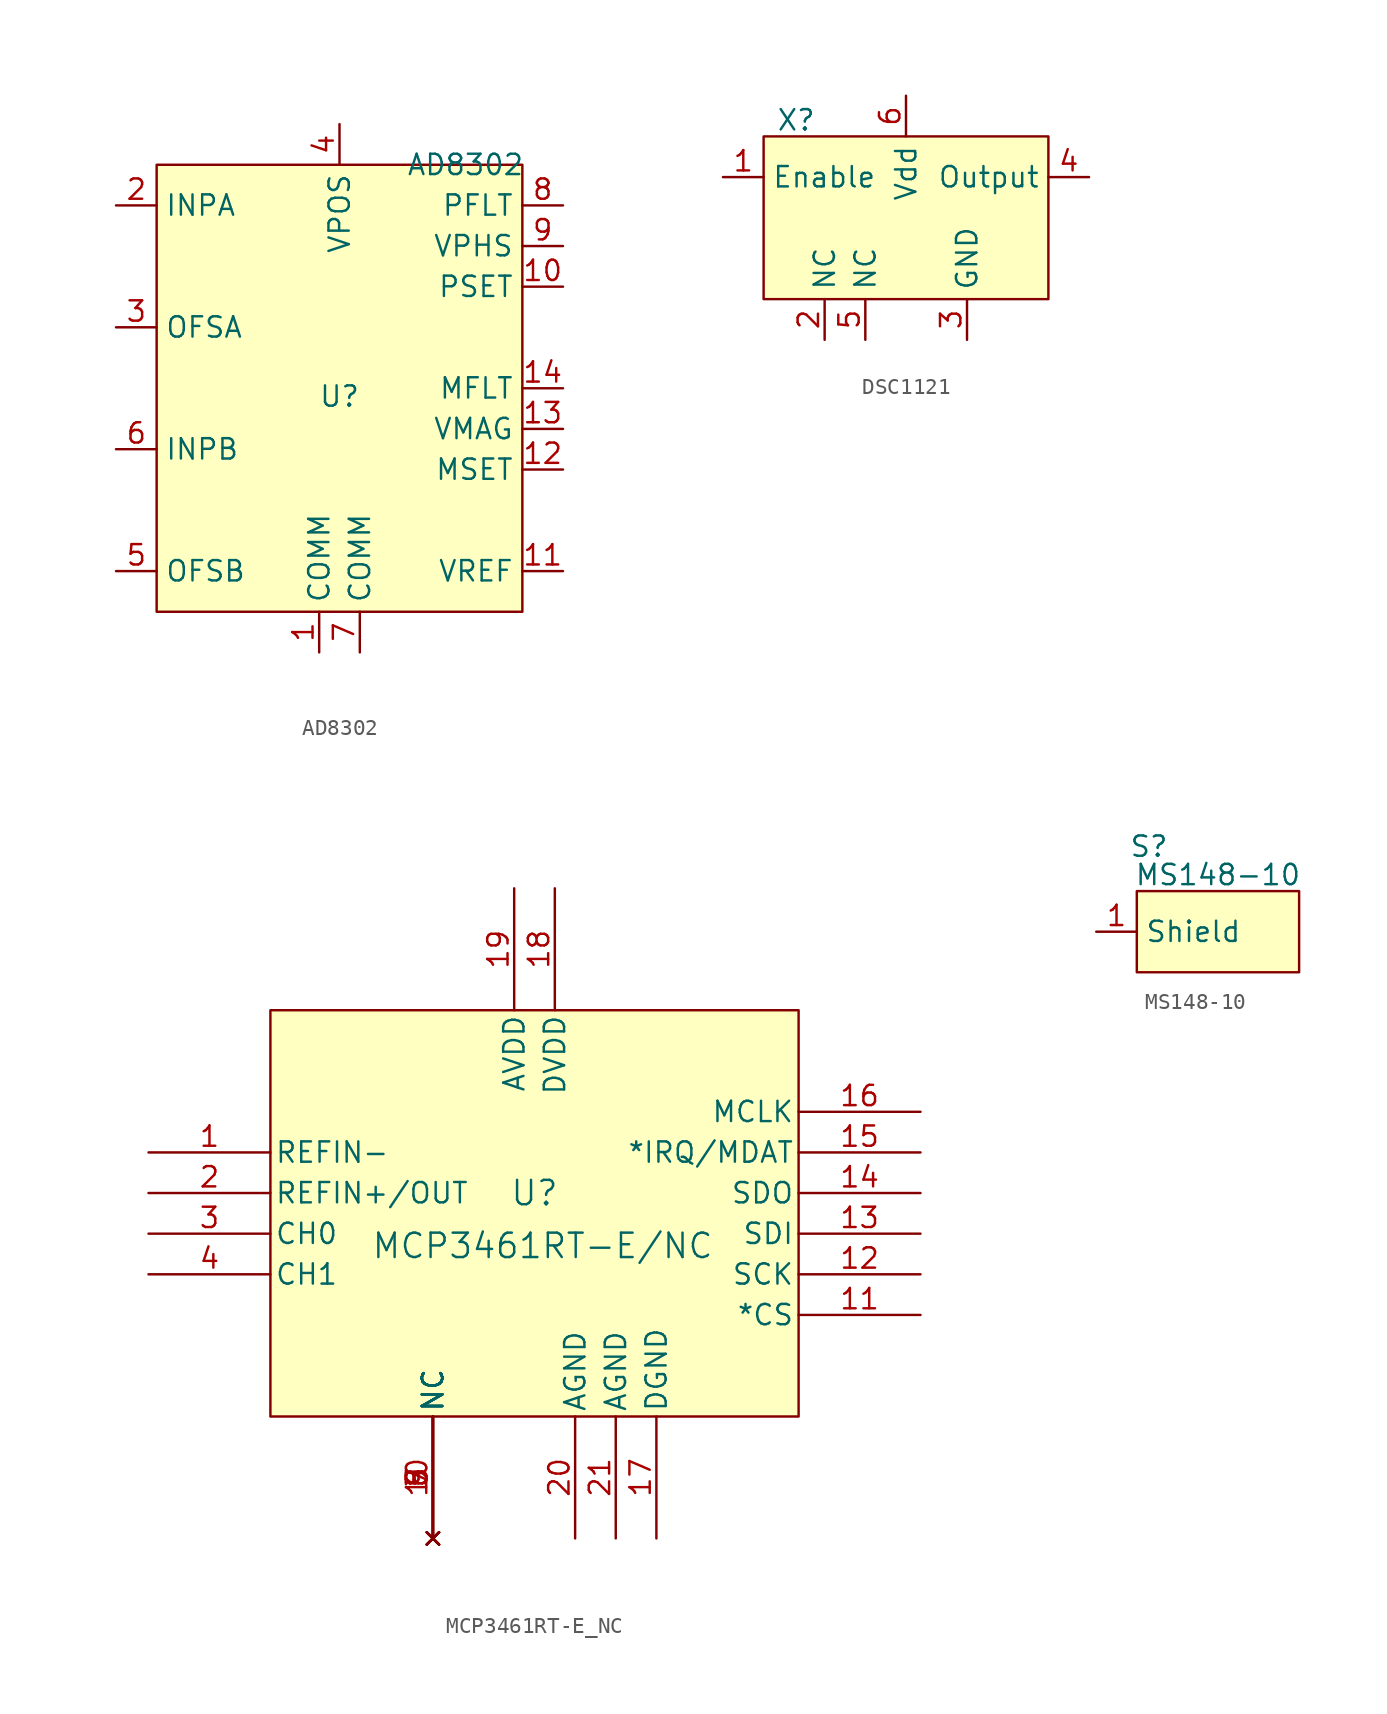
<source format=kicad_sym>
(kicad_symbol_lib
  (version 20231120)
  (generator "kicad_symbol_editor")
  (generator_version "8.0")
  (symbol "AD8302"
    (property "Reference" "U"
      (at 0 -0.508 0)
      (effects (font (size 1.27 1.27))))
    (property "Value" "AD8302"
      (at 7.874 13.97 0)
      (effects (font (size 1.27 1.27))))
    (property "ki_locked" ""
      (at 0 0 0)
      (effects (font (size 1.27 1.27))))
    (symbol "AD8302_1_1"
      (rectangle (start -11.43 13.97) (end 11.43 -13.97) (stroke (width 0) (type default)) (fill (type background)))
      (pin input line (at -1.27 -16.51 90) (length 2.54) (name "COMM" (effects (font (size 1.27 1.27)))) (number "1" (effects (font (size 1.27 1.27)))))
      (pin input line (at 13.97 6.35 180) (length 2.54) (name "PSET" (effects (font (size 1.27 1.27)))) (number "10" (effects (font (size 1.27 1.27)))))
      (pin input line (at 13.97 -11.43 180) (length 2.54) (name "VREF" (effects (font (size 1.27 1.27)))) (number "11" (effects (font (size 1.27 1.27)))))
      (pin input line (at 13.97 -5.08 180) (length 2.54) (name "MSET" (effects (font (size 1.27 1.27)))) (number "12" (effects (font (size 1.27 1.27)))))
      (pin input line (at 13.97 -2.54 180) (length 2.54) (name "VMAG" (effects (font (size 1.27 1.27)))) (number "13" (effects (font (size 1.27 1.27)))))
      (pin input line (at 13.97 0 180) (length 2.54) (name "MFLT" (effects (font (size 1.27 1.27)))) (number "14" (effects (font (size 1.27 1.27)))))
      (pin input line (at -13.97 11.43 0) (length 2.54) (name "INPA" (effects (font (size 1.27 1.27)))) (number "2" (effects (font (size 1.27 1.27)))))
      (pin input line (at -13.97 3.81 0) (length 2.54) (name "OFSA" (effects (font (size 1.27 1.27)))) (number "3" (effects (font (size 1.27 1.27)))))
      (pin input line (at 0 16.51 270) (length 2.54) (name "VPOS" (effects (font (size 1.27 1.27)))) (number "4" (effects (font (size 1.27 1.27)))))
      (pin input line (at -13.97 -11.43 0) (length 2.54) (name "OFSB" (effects (font (size 1.27 1.27)))) (number "5" (effects (font (size 1.27 1.27)))))
      (pin input line (at -13.97 -3.81 0) (length 2.54) (name "INPB" (effects (font (size 1.27 1.27)))) (number "6" (effects (font (size 1.27 1.27)))))
      (pin input line (at 1.27 -16.51 90) (length 2.54) (name "COMM" (effects (font (size 1.27 1.27)))) (number "7" (effects (font (size 1.27 1.27)))))
      (pin input line (at 13.97 11.43 180) (length 2.54) (name "PFLT" (effects (font (size 1.27 1.27)))) (number "8" (effects (font (size 1.27 1.27)))))
      (pin input line (at 13.97 8.89 180) (length 2.54) (name "VPHS" (effects (font (size 1.27 1.27)))) (number "9" (effects (font (size 1.27 1.27)))))))
  (symbol "DSC1121"
    (property "Reference" "X"
      (at -6.858 6.096 0)
      (effects (font (size 1.27 1.27))))
    (property "Value" ""
      (at 0 0 0)
      (effects (font (size 1.27 1.27))))
    (symbol "DSC1121_1_1"
      (rectangle (start -8.89 5.08) (end 8.89 -5.08) (stroke (width 0) (type default)) (fill (type background)))
      (pin input line (at -11.43 2.54 0) (length 2.54) (name "Enable" (effects (font (size 1.27 1.27)))) (number "1" (effects (font (size 1.27 1.27)))))
      (pin input line (at -5.08 -7.62 90) (length 2.54) (name "NC" (effects (font (size 1.27 1.27)))) (number "2" (effects (font (size 1.27 1.27)))))
      (pin input line (at 3.81 -7.62 90) (length 2.54) (name "GND" (effects (font (size 1.27 1.27)))) (number "3" (effects (font (size 1.27 1.27)))))
      (pin input line (at 11.43 2.54 180) (length 2.54) (name "Output" (effects (font (size 1.27 1.27)))) (number "4" (effects (font (size 1.27 1.27)))))
      (pin input line (at -2.54 -7.62 90) (length 2.54) (name "NC" (effects (font (size 1.27 1.27)))) (number "5" (effects (font (size 1.27 1.27)))))
      (pin input line (at 0 7.62 270) (length 2.54) (name "Vdd" (effects (font (size 1.27 1.27)))) (number "6" (effects (font (size 1.27 1.27)))))))
  (symbol "MCP3461RT-E_NC"
    (pin_names
      (offset 0.254))
    (property "Reference" "U"
      (at 0 1.27 0)
      (effects (font (size 1.524 1.524))))
    (property "Value" "MCP3461RT-E/NC"
      (at 0.508 -2.032 0)
      (effects (font (size 1.524 1.524))))
    (property "ki_locked" ""
      (at 0 0 0)
      (effects (font (size 1.27 1.27))))
    (symbol "MCP3461RT-E_NC_0_1"
      (pin input line (at -24.13 3.81 0) (length 7.62) (name "REFIN-" (effects (font (size 1.27 1.27)))) (number "1" (effects (font (size 1.27 1.27)))))
      (pin no_connect line (at -6.35 -20.32 90) (length 7.62) (name "NC" (effects (font (size 1.27 1.27)))) (number "10" (effects (font (size 1.27 1.27)))))
      (pin input line (at 24.13 -6.35 180) (length 7.62) (name "*CS" (effects (font (size 1.27 1.27)))) (number "11" (effects (font (size 1.27 1.27)))))
      (pin input line (at 24.13 -3.81 180) (length 7.62) (name "SCK" (effects (font (size 1.27 1.27)))) (number "12" (effects (font (size 1.27 1.27)))))
      (pin input line (at 24.13 -1.27 180) (length 7.62) (name "SDI" (effects (font (size 1.27 1.27)))) (number "13" (effects (font (size 1.27 1.27)))))
      (pin output line (at 24.13 1.27 180) (length 7.62) (name "SDO" (effects (font (size 1.27 1.27)))) (number "14" (effects (font (size 1.27 1.27)))))
      (pin output line (at 24.13 3.81 180) (length 7.62) (name "*IRQ/MDAT" (effects (font (size 1.27 1.27)))) (number "15" (effects (font (size 1.27 1.27)))))
      (pin bidirectional line (at 24.13 6.35 180) (length 7.62) (name "MCLK" (effects (font (size 1.27 1.27)))) (number "16" (effects (font (size 1.27 1.27)))))
      (pin power_out line (at 7.62 -20.32 90) (length 7.62) (name "DGND" (effects (font (size 1.27 1.27)))) (number "17" (effects (font (size 1.27 1.27)))))
      (pin power_in line (at 1.27 20.32 270) (length 7.62) (name "DVDD" (effects (font (size 1.27 1.27)))) (number "18" (effects (font (size 1.27 1.27)))))
      (pin power_in line (at -1.27 20.32 270) (length 7.62) (name "AVDD" (effects (font (size 1.27 1.27)))) (number "19" (effects (font (size 1.27 1.27)))))
      (pin bidirectional line (at -24.13 1.27 0) (length 7.62) (name "REFIN+/OUT" (effects (font (size 1.27 1.27)))) (number "2" (effects (font (size 1.27 1.27)))))
      (pin power_out line (at 2.54 -20.32 90) (length 7.62) (name "AGND" (effects (font (size 1.27 1.27)))) (number "20" (effects (font (size 1.27 1.27)))))
      (pin power_out line (at 5.08 -20.32 90) (length 7.62) (name "AGND" (effects (font (size 1.27 1.27)))) (number "21" (effects (font (size 1.27 1.27)))))
      (pin input line (at -24.13 -1.27 0) (length 7.62) (name "CH0" (effects (font (size 1.27 1.27)))) (number "3" (effects (font (size 1.27 1.27)))))
      (pin input line (at -24.13 -3.81 0) (length 7.62) (name "CH1" (effects (font (size 1.27 1.27)))) (number "4" (effects (font (size 1.27 1.27)))))
      (pin no_connect line (at -6.35 -20.32 90) (length 7.62) (name "NC" (effects (font (size 1.27 1.27)))) (number "5" (effects (font (size 1.27 1.27)))))
      (pin no_connect line (at -6.35 -20.32 90) (length 7.62) (name "NC" (effects (font (size 1.27 1.27)))) (number "6" (effects (font (size 1.27 1.27)))))
      (pin no_connect line (at -6.35 -20.32 90) (length 7.62) (name "NC" (effects (font (size 1.27 1.27)))) (number "7" (effects (font (size 1.27 1.27)))))
      (pin no_connect line (at -6.35 -20.32 90) (length 7.62) (name "NC" (effects (font (size 1.27 1.27)))) (number "8" (effects (font (size 1.27 1.27)))))
      (pin no_connect line (at -6.35 -20.32 90) (length 7.62) (name "NC" (effects (font (size 1.27 1.27)))) (number "9" (effects (font (size 1.27 1.27))))))
    (symbol "MCP3461RT-E_NC_1_1"
      (rectangle (start -16.51 12.7) (end 16.51 -12.7) (stroke (width 0) (type default)) (fill (type background)))))
  (symbol "MS148-10"
    (property "Reference" "S"
      (at -4.318 5.334 0)
      (effects (font (size 1.27 1.27))))
    (property "Value" "MS148-10"
      (at 0 3.556 0)
      (effects (font (size 1.27 1.27))))
    (symbol "MS148-10_1_1"
      (rectangle (start -5.08 2.54) (end 5.08 -2.54) (stroke (width 0) (type default)) (fill (type background)))
      (pin input line (at -7.62 0 0) (length 2.54) (name "Shield" (effects (font (size 1.27 1.27)))) (number "1" (effects (font (size 1.27 1.27))))))))
</source>
